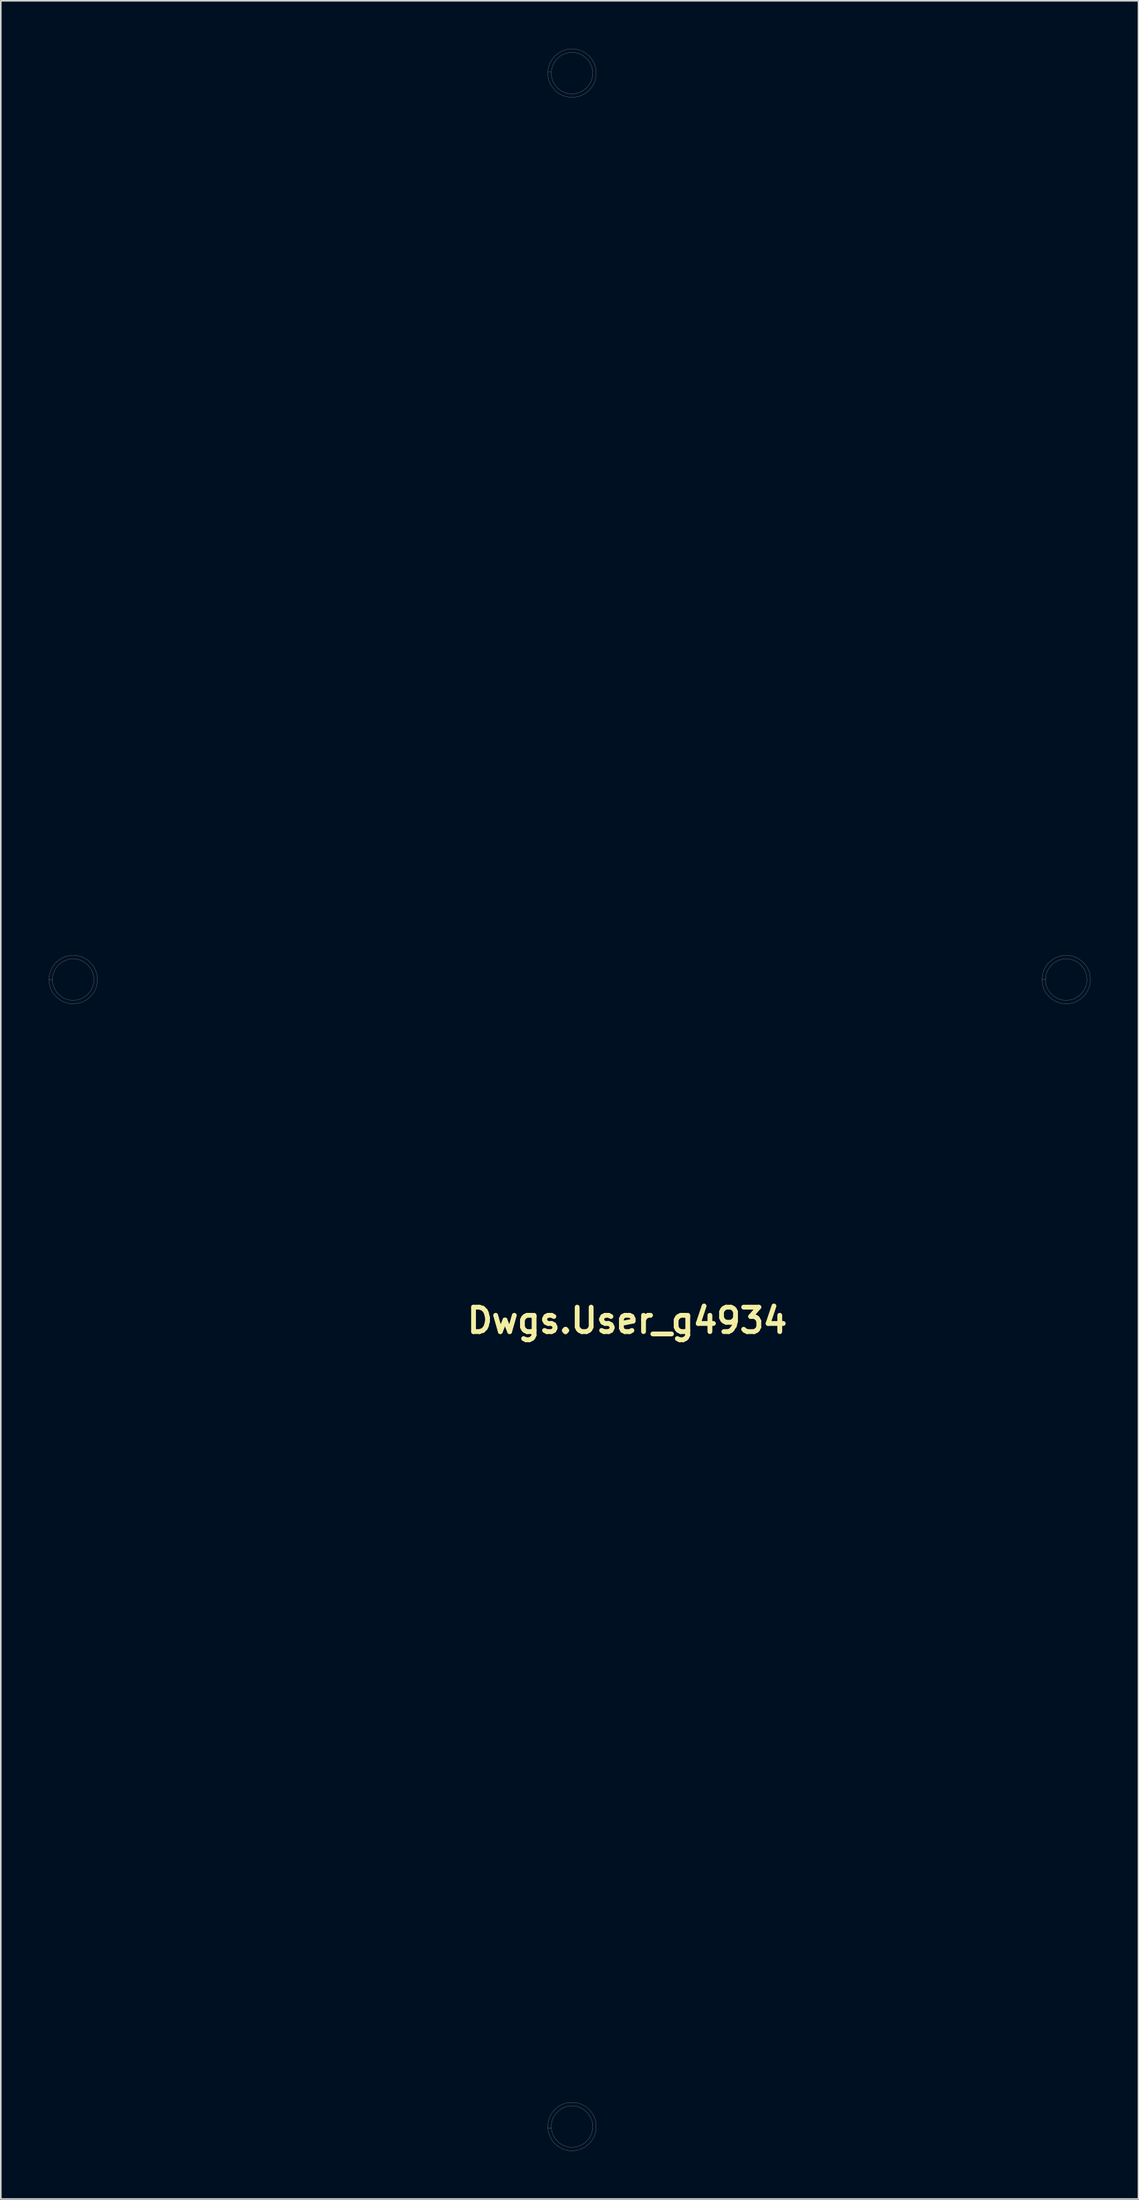
<source format=kicad_pcb>
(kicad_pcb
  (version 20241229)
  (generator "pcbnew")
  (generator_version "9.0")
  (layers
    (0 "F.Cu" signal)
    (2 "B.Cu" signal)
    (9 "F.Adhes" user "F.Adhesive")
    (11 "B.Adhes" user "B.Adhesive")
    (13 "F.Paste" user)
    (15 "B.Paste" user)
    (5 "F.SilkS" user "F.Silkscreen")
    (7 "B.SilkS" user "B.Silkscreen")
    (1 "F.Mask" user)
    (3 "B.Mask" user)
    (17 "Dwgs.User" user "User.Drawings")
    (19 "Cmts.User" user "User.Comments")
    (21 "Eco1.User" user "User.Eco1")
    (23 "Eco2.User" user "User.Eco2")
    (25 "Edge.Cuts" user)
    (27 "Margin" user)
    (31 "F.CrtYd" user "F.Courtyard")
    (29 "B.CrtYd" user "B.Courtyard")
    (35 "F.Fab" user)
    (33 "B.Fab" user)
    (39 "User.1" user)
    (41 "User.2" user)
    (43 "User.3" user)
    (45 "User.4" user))
  (footprint "Dwgs.User_g4934"
    (layer "F.Cu")
    (at 36.045 79.251)
    (property "Reference" "Dwgs.User_g4934" (at 0 0 0) (layer "F.SilkS") (effects (font (size 1.524 1.524) (thickness 0.3))))
    (attr through_hole)
    (fp_poly (pts (xy -3.298 -79.24) (xy -3.137 -79.221) (xy -3 -79.19) (xy -2.985 -79.185) (xy -2.75 -79.085) (xy -2.541 -78.954) (xy -2.36 -78.796) (xy -2.208 -78.615) (xy -2.088 -78.413) (xy -2 -78.196) (xy -1.947 -77.965) (xy -1.931 -77.727) (xy -1.954 -77.483) (xy -2.012 -77.253) (xy -2.105 -77.038) (xy -2.234 -76.839) (xy -2.394 -76.661) (xy -2.579 -76.509) (xy -2.785 -76.387) (xy -3.006 -76.299) (xy -3.061 -76.284) (xy -3.22 -76.255) (xy -3.399 -76.243) (xy -3.581 -76.247) (xy -3.748 -76.268) (xy -3.821 -76.284) (xy -4.043 -76.358) (xy -4.237 -76.458) (xy -4.414 -76.589) (xy -4.547 -76.718) (xy -4.697 -76.906) (xy -4.814 -77.114) (xy -4.893 -77.322) (xy -4.915 -77.398) (xy -4.929 -77.47) (xy -4.937 -77.549) (xy -4.94 -77.647) (xy -4.941 -77.756) (xy -4.939 -77.819) (xy -4.734 -77.819) (xy -4.729 -77.597) (xy -4.684 -77.382) (xy -4.604 -77.178) (xy -4.491 -76.991) (xy -4.348 -76.824) (xy -4.179 -76.682) (xy -3.986 -76.569) (xy -3.773 -76.49) (xy -3.763 -76.487) (xy -3.654 -76.467) (xy -3.52 -76.458) (xy -3.377 -76.457) (xy -3.241 -76.467) (xy -3.129 -76.487) (xy -3.127 -76.487) (xy -2.933 -76.557) (xy -2.745 -76.662) (xy -2.573 -76.795) (xy -2.426 -76.949) (xy -2.329 -77.088) (xy -2.229 -77.296) (xy -2.169 -77.514) (xy -2.147 -77.737) (xy -2.166 -77.959) (xy -2.215 -78.148) (xy -2.297 -78.341) (xy -2.402 -78.508) (xy -2.539 -78.663) (xy -2.572 -78.695) (xy -2.752 -78.834) (xy -2.952 -78.939) (xy -3.169 -79.007) (xy -3.394 -79.035) (xy -3.439 -79.036) (xy -3.669 -79.016) (xy -3.886 -78.957) (xy -4.086 -78.864) (xy -4.265 -78.74) (xy -4.421 -78.587) (xy -4.549 -78.41) (xy -4.647 -78.211) (xy -4.711 -77.993) (xy -4.734 -77.819) (xy -4.939 -77.819) (xy -4.938 -77.88) (xy -4.933 -77.975) (xy -4.923 -78.052) (xy -4.906 -78.123) (xy -4.885 -78.193) (xy -4.804 -78.398) (xy -4.701 -78.577) (xy -4.568 -78.744) (xy -4.499 -78.816) (xy -4.309 -78.976) (xy -4.099 -79.103) (xy -3.875 -79.192) (xy -3.777 -79.217) (xy -3.633 -79.239) (xy -3.469 -79.246) (xy -3.298 -79.24)) (stroke (width 0.01) (type solid)) (fill no) (layer "Dwgs.User"))
    (fp_poly (pts (xy 27.622 -22.735) (xy 27.858 -22.676) (xy 28.077 -22.579) (xy 28.281 -22.443) (xy 28.417 -22.321) (xy 28.565 -22.155) (xy 28.68 -21.985) (xy 28.768 -21.799) (xy 28.801 -21.706) (xy 28.826 -21.627) (xy 28.842 -21.556) (xy 28.852 -21.479) (xy 28.857 -21.386) (xy 28.859 -21.263) (xy 28.859 -21.262) (xy 28.858 -21.137) (xy 28.854 -21.042) (xy 28.845 -20.964) (xy 28.83 -20.892) (xy 28.811 -20.828) (xy 28.716 -20.589) (xy 28.587 -20.374) (xy 28.428 -20.185) (xy 28.241 -20.026) (xy 28.029 -19.898) (xy 27.858 -19.826) (xy 27.774 -19.798) (xy 27.701 -19.779) (xy 27.626 -19.767) (xy 27.536 -19.76) (xy 27.418 -19.756) (xy 27.4 -19.755) (xy 27.27 -19.754) (xy 27.169 -19.757) (xy 27.086 -19.765) (xy 27.008 -19.78) (xy 26.971 -19.79) (xy 26.737 -19.874) (xy 26.524 -19.994) (xy 26.33 -20.152) (xy 26.3 -20.182) (xy 26.169 -20.325) (xy 26.068 -20.463) (xy 25.991 -20.608) (xy 25.938 -20.741) (xy 25.875 -20.982) (xy 25.852 -21.225) (xy 25.854 -21.262) (xy 26.068 -21.262) (xy 26.076 -21.086) (xy 26.104 -20.931) (xy 26.156 -20.778) (xy 26.195 -20.69) (xy 26.309 -20.498) (xy 26.457 -20.327) (xy 26.634 -20.183) (xy 26.836 -20.069) (xy 27.019 -19.999) (xy 27.144 -19.974) (xy 27.293 -19.964) (xy 27.453 -19.967) (xy 27.609 -19.983) (xy 27.745 -20.013) (xy 27.796 -20.03) (xy 28.006 -20.132) (xy 28.19 -20.262) (xy 28.346 -20.418) (xy 28.472 -20.594) (xy 28.567 -20.786) (xy 28.628 -20.99) (xy 28.655 -21.202) (xy 28.645 -21.417) (xy 28.596 -21.632) (xy 28.523 -21.812) (xy 28.402 -22.012) (xy 28.251 -22.184) (xy 28.076 -22.325) (xy 27.88 -22.433) (xy 27.667 -22.506) (xy 27.441 -22.54) (xy 27.364 -22.542) (xy 27.203 -22.535) (xy 27.061 -22.511) (xy 26.92 -22.465) (xy 26.802 -22.413) (xy 26.605 -22.296) (xy 26.434 -22.149) (xy 26.293 -21.977) (xy 26.183 -21.783) (xy 26.109 -21.573) (xy 26.072 -21.351) (xy 26.068 -21.262) (xy 25.854 -21.262) (xy 25.866 -21.466) (xy 25.918 -21.699) (xy 26.005 -21.92) (xy 26.126 -22.124) (xy 26.28 -22.308) (xy 26.465 -22.466) (xy 26.47 -22.47) (xy 26.675 -22.596) (xy 26.887 -22.684) (xy 27.112 -22.736) (xy 27.358 -22.754) (xy 27.37 -22.754) (xy 27.622 -22.735)) (stroke (width 0.01) (type solid)) (fill no) (layer "Dwgs.User"))
    (fp_poly (pts (xy -34.323 -22.742) (xy -34.132 -22.704) (xy -33.943 -22.637) (xy -33.846 -22.593) (xy -33.74 -22.537) (xy -33.654 -22.482) (xy -33.574 -22.417) (xy -33.483 -22.33) (xy -33.476 -22.322) (xy -33.346 -22.18) (xy -33.247 -22.044) (xy -33.169 -21.901) (xy -33.112 -21.758) (xy -33.049 -21.514) (xy -33.026 -21.265) (xy -33.043 -21.018) (xy -33.099 -20.776) (xy -33.194 -20.546) (xy -33.234 -20.474) (xy -33.306 -20.37) (xy -33.404 -20.256) (xy -33.516 -20.144) (xy -33.631 -20.043) (xy -33.738 -19.964) (xy -33.759 -19.952) (xy -33.913 -19.871) (xy -34.062 -19.814) (xy -34.217 -19.778) (xy -34.393 -19.759) (xy -34.491 -19.755) (xy -34.621 -19.754) (xy -34.721 -19.756) (xy -34.804 -19.765) (xy -34.881 -19.78) (xy -34.92 -19.79) (xy -35.155 -19.874) (xy -35.369 -19.996) (xy -35.564 -20.155) (xy -35.592 -20.182) (xy -35.67 -20.265) (xy -35.744 -20.352) (xy -35.805 -20.432) (xy -35.833 -20.474) (xy -35.94 -20.696) (xy -36.009 -20.927) (xy -36.04 -21.161) (xy -36.038 -21.255) (xy -35.829 -21.255) (xy -35.812 -21.038) (xy -35.758 -20.829) (xy -35.669 -20.633) (xy -35.55 -20.453) (xy -35.401 -20.293) (xy -35.226 -20.159) (xy -35.028 -20.054) (xy -34.875 -20) (xy -34.749 -19.976) (xy -34.6 -19.963) (xy -34.444 -19.964) (xy -34.299 -19.978) (xy -34.219 -19.994) (xy -34.001 -20.071) (xy -33.804 -20.183) (xy -33.631 -20.326) (xy -33.485 -20.497) (xy -33.37 -20.69) (xy -33.288 -20.904) (xy -33.247 -21.103) (xy -33.236 -21.208) (xy -33.235 -21.293) (xy -33.244 -21.381) (xy -33.261 -21.476) (xy -33.312 -21.676) (xy -33.386 -21.848) (xy -33.489 -22.004) (xy -33.621 -22.152) (xy -33.799 -22.307) (xy -33.984 -22.421) (xy -34.179 -22.496) (xy -34.389 -22.536) (xy -34.527 -22.542) (xy -34.684 -22.536) (xy -34.823 -22.512) (xy -34.961 -22.469) (xy -35.094 -22.411) (xy -35.192 -22.36) (xy -35.274 -22.307) (xy -35.356 -22.24) (xy -35.446 -22.153) (xy -35.583 -21.999) (xy -35.685 -21.84) (xy -35.758 -21.665) (xy -35.806 -21.476) (xy -35.829 -21.255) (xy -36.038 -21.255) (xy -36.035 -21.395) (xy -35.995 -21.623) (xy -35.921 -21.843) (xy -35.814 -22.049) (xy -35.677 -22.237) (xy -35.509 -22.403) (xy -35.312 -22.542) (xy -35.211 -22.598) (xy -35.016 -22.68) (xy -34.824 -22.73) (xy -34.618 -22.752) (xy -34.533 -22.753) (xy -34.323 -22.742)) (stroke (width 0.01) (type solid)) (fill no) (layer "Dwgs.User"))
    (fp_poly (pts (xy -3.316 48.739) (xy -3.224 48.743) (xy -3.152 48.75) (xy -3.089 48.762) (xy -3.023 48.781) (xy -2.974 48.797) (xy -2.733 48.901) (xy -2.522 49.035) (xy -2.34 49.199) (xy -2.188 49.394) (xy -2.082 49.583) (xy -2.014 49.746) (xy -1.969 49.899) (xy -1.946 50.061) (xy -1.94 50.239) (xy -1.947 50.417) (xy -1.97 50.571) (xy -2.012 50.719) (xy -2.078 50.878) (xy -2.101 50.927) (xy -2.148 51.017) (xy -2.199 51.095) (xy -2.26 51.172) (xy -2.343 51.26) (xy -2.38 51.298) (xy -2.476 51.391) (xy -2.557 51.46) (xy -2.634 51.514) (xy -2.72 51.562) (xy -2.752 51.578) (xy -2.965 51.664) (xy -3.19 51.72) (xy -3.415 51.744) (xy -3.63 51.734) (xy -3.641 51.733) (xy -3.89 51.677) (xy -4.123 51.582) (xy -4.337 51.451) (xy -4.529 51.285) (xy -4.613 51.192) (xy -4.698 51.072) (xy -4.779 50.925) (xy -4.85 50.766) (xy -4.903 50.608) (xy -4.923 50.525) (xy -4.945 50.328) (xy -4.734 50.328) (xy -4.694 50.55) (xy -4.612 50.775) (xy -4.591 50.82) (xy -4.472 51.013) (xy -4.322 51.18) (xy -4.144 51.319) (xy -3.941 51.427) (xy -3.717 51.501) (xy -3.588 51.527) (xy -3.492 51.532) (xy -3.371 51.526) (xy -3.24 51.509) (xy -3.114 51.483) (xy -3.046 51.465) (xy -2.843 51.379) (xy -2.656 51.258) (xy -2.491 51.107) (xy -2.353 50.931) (xy -2.249 50.736) (xy -2.223 50.668) (xy -2.163 50.439) (xy -2.146 50.212) (xy -2.169 49.991) (xy -2.232 49.777) (xy -2.335 49.573) (xy -2.477 49.384) (xy -2.54 49.318) (xy -2.717 49.169) (xy -2.913 49.056) (xy -3.121 48.981) (xy -3.339 48.943) (xy -3.561 48.944) (xy -3.783 48.984) (xy -4 49.065) (xy -4.049 49.089) (xy -4.177 49.171) (xy -4.307 49.282) (xy -4.429 49.41) (xy -4.533 49.544) (xy -4.602 49.661) (xy -4.688 49.884) (xy -4.732 50.106) (xy -4.734 50.328) (xy -4.945 50.328) (xy -4.949 50.289) (xy -4.938 50.047) (xy -4.889 49.808) (xy -4.806 49.58) (xy -4.738 49.451) (xy -4.667 49.348) (xy -4.569 49.236) (xy -4.457 49.123) (xy -4.341 49.023) (xy -4.233 48.944) (xy -4.212 48.931) (xy -4.121 48.884) (xy -4.012 48.835) (xy -3.908 48.796) (xy -3.905 48.795) (xy -3.831 48.772) (xy -3.766 48.756) (xy -3.698 48.746) (xy -3.617 48.741) (xy -3.51 48.739) (xy -3.44 48.739) (xy -3.316 48.739)) (stroke (width 0.01) (type solid)) (fill no) (layer "Dwgs.User")))
  (gr_rect
    (start -3 -3)
    (end 67.909 134)
    (stroke (width 0.1) (type default))
    (fill no)
    (layer "Edge.Cuts")))
</source>
